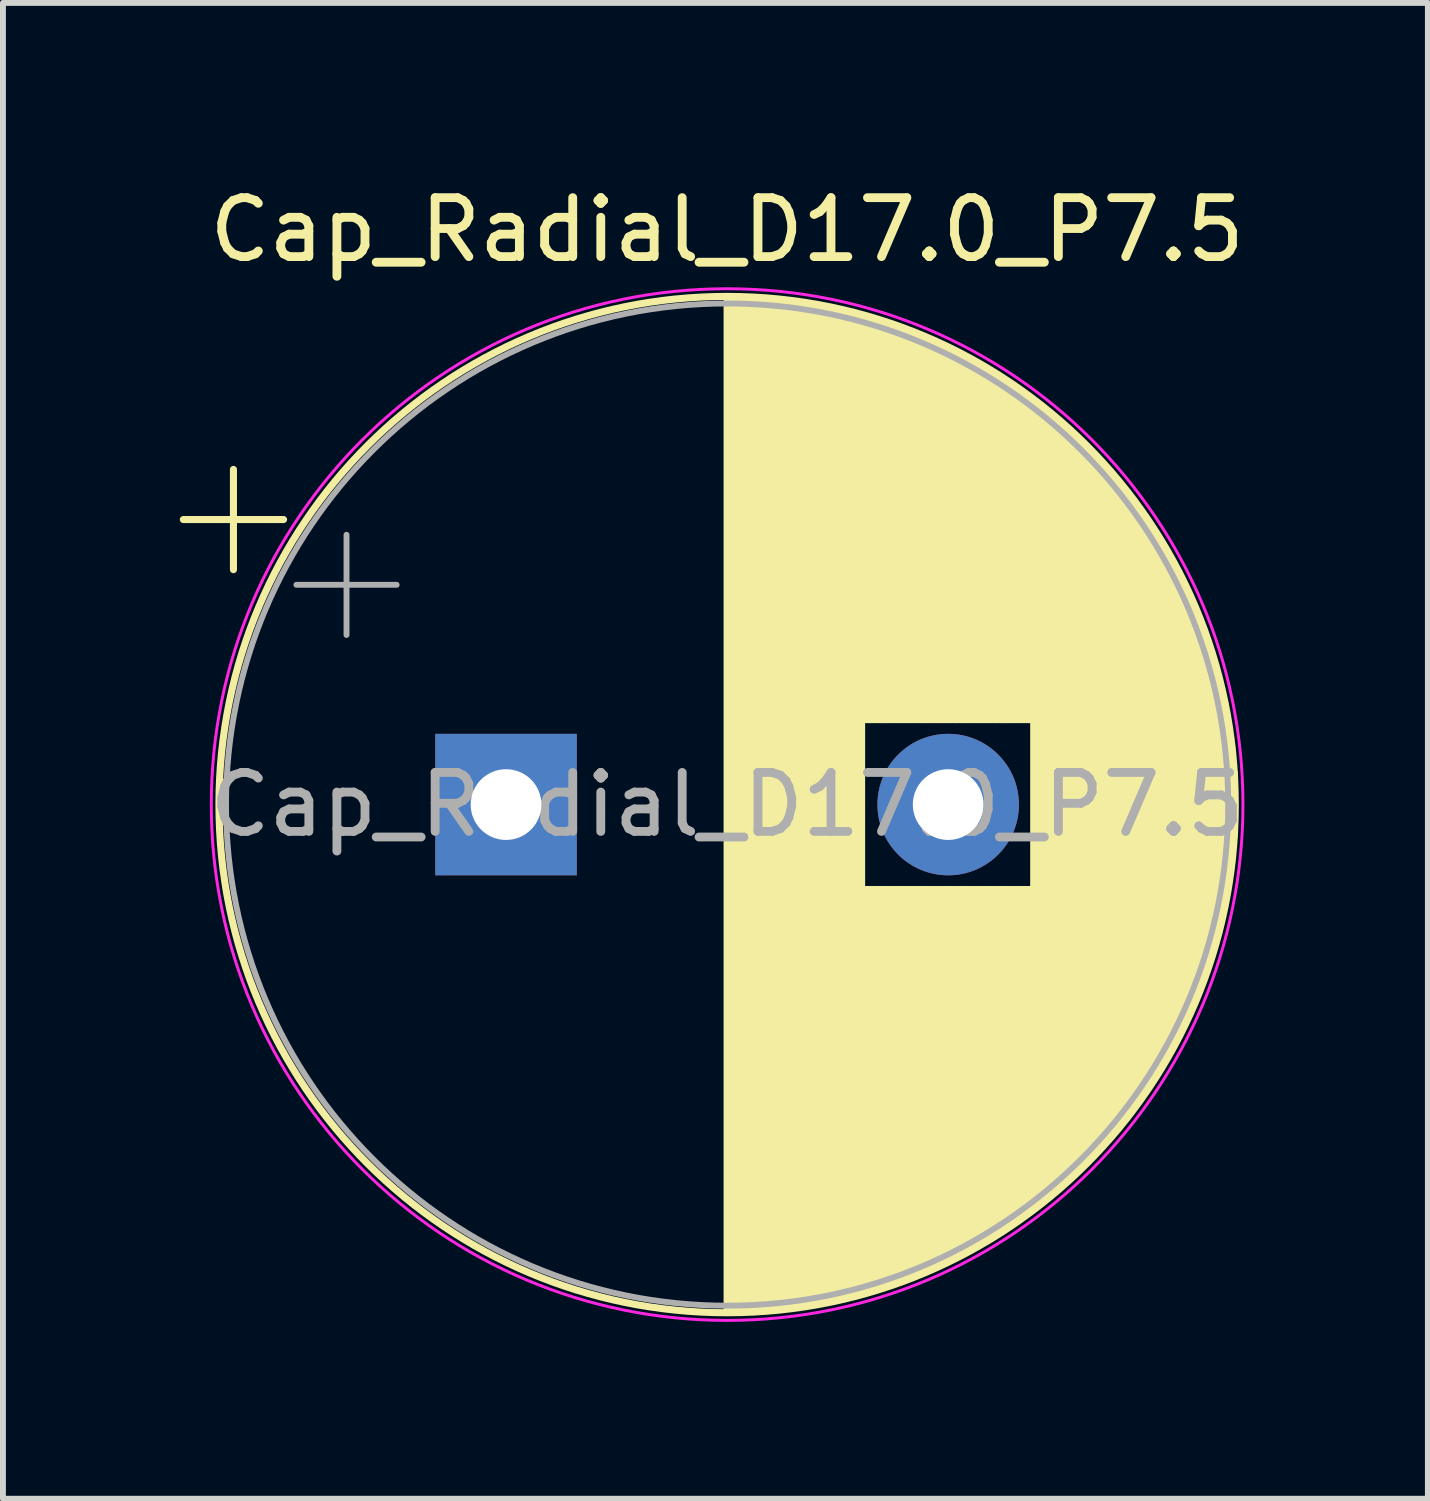
<source format=kicad_pcb>
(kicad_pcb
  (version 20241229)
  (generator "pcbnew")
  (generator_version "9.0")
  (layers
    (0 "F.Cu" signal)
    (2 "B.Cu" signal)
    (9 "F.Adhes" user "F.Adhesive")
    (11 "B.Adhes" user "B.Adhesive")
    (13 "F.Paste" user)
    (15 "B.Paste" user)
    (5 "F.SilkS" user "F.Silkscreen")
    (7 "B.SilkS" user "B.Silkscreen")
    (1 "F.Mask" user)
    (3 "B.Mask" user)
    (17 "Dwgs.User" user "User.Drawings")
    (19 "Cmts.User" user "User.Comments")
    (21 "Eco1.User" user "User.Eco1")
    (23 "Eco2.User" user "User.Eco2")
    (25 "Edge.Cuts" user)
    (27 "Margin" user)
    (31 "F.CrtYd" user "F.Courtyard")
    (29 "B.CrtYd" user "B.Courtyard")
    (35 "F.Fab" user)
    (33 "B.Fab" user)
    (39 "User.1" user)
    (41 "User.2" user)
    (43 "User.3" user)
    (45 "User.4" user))
  (footprint "Cap_Radial_D17.0_P7.5"
    (layer "F.Cu")
    (at 9.284 10.598)
    (property "Reference" "Cap_Radial_D17.0_P7.5" (at 0 -9.75 0) (layer "F.SilkS") (effects (font (size 1 1) (thickness 0.15))))
    (attr through_hole)
    (fp_line (start -9.224 -4.835) (end -7.524 -4.835) (stroke (width 0.12) (type solid)) (layer "F.SilkS"))
    (fp_line (start -8.374 -5.685) (end -8.374 -3.985) (stroke (width 0.12) (type solid)) (layer "F.SilkS"))
    (fp_line (start 0 -8.581) (end 0 8.581) (stroke (width 0.12) (type solid)) (layer "F.SilkS"))
    (fp_line (start 0.04 -8.58) (end 0.04 8.58) (stroke (width 0.12) (type solid)) (layer "F.SilkS"))
    (fp_line (start 0.08 -8.58) (end 0.08 8.58) (stroke (width 0.12) (type solid)) (layer "F.SilkS"))
    (fp_line (start 0.12 -8.58) (end 0.12 8.58) (stroke (width 0.12) (type solid)) (layer "F.SilkS"))
    (fp_line (start 0.16 -8.579) (end 0.16 8.579) (stroke (width 0.12) (type solid)) (layer "F.SilkS"))
    (fp_line (start 0.2 -8.578) (end 0.2 8.578) (stroke (width 0.12) (type solid)) (layer "F.SilkS"))
    (fp_line (start 0.24 -8.577) (end 0.24 8.577) (stroke (width 0.12) (type solid)) (layer "F.SilkS"))
    (fp_line (start 0.28 -8.576) (end 0.28 8.576) (stroke (width 0.12) (type solid)) (layer "F.SilkS"))
    (fp_line (start 0.32 -8.575) (end 0.32 8.575) (stroke (width 0.12) (type solid)) (layer "F.SilkS"))
    (fp_line (start 0.36 -8.573) (end 0.36 8.573) (stroke (width 0.12) (type solid)) (layer "F.SilkS"))
    (fp_line (start 0.4 -8.571) (end 0.4 8.571) (stroke (width 0.12) (type solid)) (layer "F.SilkS"))
    (fp_line (start 0.44 -8.569) (end 0.44 8.569) (stroke (width 0.12) (type solid)) (layer "F.SilkS"))
    (fp_line (start 0.48 -8.567) (end 0.48 8.567) (stroke (width 0.12) (type solid)) (layer "F.SilkS"))
    (fp_line (start 0.52 -8.565) (end 0.52 8.565) (stroke (width 0.12) (type solid)) (layer "F.SilkS"))
    (fp_line (start 0.56 -8.562) (end 0.56 8.562) (stroke (width 0.12) (type solid)) (layer "F.SilkS"))
    (fp_line (start 0.6 -8.56) (end 0.6 8.56) (stroke (width 0.12) (type solid)) (layer "F.SilkS"))
    (fp_line (start 0.64 -8.557) (end 0.64 8.557) (stroke (width 0.12) (type solid)) (layer "F.SilkS"))
    (fp_line (start 0.68 -8.554) (end 0.68 8.554) (stroke (width 0.12) (type solid)) (layer "F.SilkS"))
    (fp_line (start 0.721 -8.55) (end 0.721 8.55) (stroke (width 0.12) (type solid)) (layer "F.SilkS"))
    (fp_line (start 0.761 -8.547) (end 0.761 8.547) (stroke (width 0.12) (type solid)) (layer "F.SilkS"))
    (fp_line (start 0.801 -8.543) (end 0.801 8.543) (stroke (width 0.12) (type solid)) (layer "F.SilkS"))
    (fp_line (start 0.841 -8.539) (end 0.841 8.539) (stroke (width 0.12) (type solid)) (layer "F.SilkS"))
    (fp_line (start 0.881 -8.535) (end 0.881 8.535) (stroke (width 0.12) (type solid)) (layer "F.SilkS"))
    (fp_line (start 0.921 -8.531) (end 0.921 8.531) (stroke (width 0.12) (type solid)) (layer "F.SilkS"))
    (fp_line (start 0.961 -8.527) (end 0.961 8.527) (stroke (width 0.12) (type solid)) (layer "F.SilkS"))
    (fp_line (start 1.001 -8.522) (end 1.001 8.522) (stroke (width 0.12) (type solid)) (layer "F.SilkS"))
    (fp_line (start 1.041 -8.518) (end 1.041 8.518) (stroke (width 0.12) (type solid)) (layer "F.SilkS"))
    (fp_line (start 1.081 -8.513) (end 1.081 8.513) (stroke (width 0.12) (type solid)) (layer "F.SilkS"))
    (fp_line (start 1.121 -8.507) (end 1.121 8.507) (stroke (width 0.12) (type solid)) (layer "F.SilkS"))
    (fp_line (start 1.161 -8.502) (end 1.161 8.502) (stroke (width 0.12) (type solid)) (layer "F.SilkS"))
    (fp_line (start 1.201 -8.497) (end 1.201 8.497) (stroke (width 0.12) (type solid)) (layer "F.SilkS"))
    (fp_line (start 1.241 -8.491) (end 1.241 8.491) (stroke (width 0.12) (type solid)) (layer "F.SilkS"))
    (fp_line (start 1.281 -8.485) (end 1.281 8.485) (stroke (width 0.12) (type solid)) (layer "F.SilkS"))
    (fp_line (start 1.321 -8.479) (end 1.321 8.479) (stroke (width 0.12) (type solid)) (layer "F.SilkS"))
    (fp_line (start 1.361 -8.473) (end 1.361 8.473) (stroke (width 0.12) (type solid)) (layer "F.SilkS"))
    (fp_line (start 1.401 -8.466) (end 1.401 8.466) (stroke (width 0.12) (type solid)) (layer "F.SilkS"))
    (fp_line (start 1.441 -8.459) (end 1.441 8.459) (stroke (width 0.12) (type solid)) (layer "F.SilkS"))
    (fp_line (start 1.481 -8.452) (end 1.481 8.452) (stroke (width 0.12) (type solid)) (layer "F.SilkS"))
    (fp_line (start 1.521 -8.445) (end 1.521 8.445) (stroke (width 0.12) (type solid)) (layer "F.SilkS"))
    (fp_line (start 1.561 -8.438) (end 1.561 8.438) (stroke (width 0.12) (type solid)) (layer "F.SilkS"))
    (fp_line (start 1.601 -8.431) (end 1.601 8.431) (stroke (width 0.12) (type solid)) (layer "F.SilkS"))
    (fp_line (start 1.641 -8.423) (end 1.641 8.423) (stroke (width 0.12) (type solid)) (layer "F.SilkS"))
    (fp_line (start 1.681 -8.415) (end 1.681 8.415) (stroke (width 0.12) (type solid)) (layer "F.SilkS"))
    (fp_line (start 1.721 -8.407) (end 1.721 8.407) (stroke (width 0.12) (type solid)) (layer "F.SilkS"))
    (fp_line (start 1.761 -8.399) (end 1.761 8.399) (stroke (width 0.12) (type solid)) (layer "F.SilkS"))
    (fp_line (start 1.801 -8.39) (end 1.801 8.39) (stroke (width 0.12) (type solid)) (layer "F.SilkS"))
    (fp_line (start 1.841 -8.382) (end 1.841 8.382) (stroke (width 0.12) (type solid)) (layer "F.SilkS"))
    (fp_line (start 1.881 -8.373) (end 1.881 8.373) (stroke (width 0.12) (type solid)) (layer "F.SilkS"))
    (fp_line (start 1.921 -8.364) (end 1.921 8.364) (stroke (width 0.12) (type solid)) (layer "F.SilkS"))
    (fp_line (start 1.961 -8.355) (end 1.961 8.355) (stroke (width 0.12) (type solid)) (layer "F.SilkS"))
    (fp_line (start 2.001 -8.345) (end 2.001 8.345) (stroke (width 0.12) (type solid)) (layer "F.SilkS"))
    (fp_line (start 2.041 -8.336) (end 2.041 8.336) (stroke (width 0.12) (type solid)) (layer "F.SilkS"))
    (fp_line (start 2.081 -8.326) (end 2.081 8.326) (stroke (width 0.12) (type solid)) (layer "F.SilkS"))
    (fp_line (start 2.121 -8.316) (end 2.121 8.316) (stroke (width 0.12) (type solid)) (layer "F.SilkS"))
    (fp_line (start 2.161 -8.305) (end 2.161 8.305) (stroke (width 0.12) (type solid)) (layer "F.SilkS"))
    (fp_line (start 2.201 -8.295) (end 2.201 8.295) (stroke (width 0.12) (type solid)) (layer "F.SilkS"))
    (fp_line (start 2.241 -8.284) (end 2.241 8.284) (stroke (width 0.12) (type solid)) (layer "F.SilkS"))
    (fp_line (start 2.281 -8.274) (end 2.281 8.274) (stroke (width 0.12) (type solid)) (layer "F.SilkS"))
    (fp_line (start 2.321 -8.262) (end 2.321 -1.44) (stroke (width 0.12) (type solid)) (layer "F.SilkS"))
    (fp_line (start 2.321 1.44) (end 2.321 8.262) (stroke (width 0.12) (type solid)) (layer "F.SilkS"))
    (fp_line (start 2.361 -8.251) (end 2.361 -1.44) (stroke (width 0.12) (type solid)) (layer "F.SilkS"))
    (fp_line (start 2.361 1.44) (end 2.361 8.251) (stroke (width 0.12) (type solid)) (layer "F.SilkS"))
    (fp_line (start 2.401 -8.24) (end 2.401 -1.44) (stroke (width 0.12) (type solid)) (layer "F.SilkS"))
    (fp_line (start 2.401 1.44) (end 2.401 8.24) (stroke (width 0.12) (type solid)) (layer "F.SilkS"))
    (fp_line (start 2.441 -8.228) (end 2.441 -1.44) (stroke (width 0.12) (type solid)) (layer "F.SilkS"))
    (fp_line (start 2.441 1.44) (end 2.441 8.228) (stroke (width 0.12) (type solid)) (layer "F.SilkS"))
    (fp_line (start 2.481 -8.216) (end 2.481 -1.44) (stroke (width 0.12) (type solid)) (layer "F.SilkS"))
    (fp_line (start 2.481 1.44) (end 2.481 8.216) (stroke (width 0.12) (type solid)) (layer "F.SilkS"))
    (fp_line (start 2.521 -8.204) (end 2.521 -1.44) (stroke (width 0.12) (type solid)) (layer "F.SilkS"))
    (fp_line (start 2.521 1.44) (end 2.521 8.204) (stroke (width 0.12) (type solid)) (layer "F.SilkS"))
    (fp_line (start 2.561 -8.192) (end 2.561 -1.44) (stroke (width 0.12) (type solid)) (layer "F.SilkS"))
    (fp_line (start 2.561 1.44) (end 2.561 8.192) (stroke (width 0.12) (type solid)) (layer "F.SilkS"))
    (fp_line (start 2.601 -8.179) (end 2.601 -1.44) (stroke (width 0.12) (type solid)) (layer "F.SilkS"))
    (fp_line (start 2.601 1.44) (end 2.601 8.179) (stroke (width 0.12) (type solid)) (layer "F.SilkS"))
    (fp_line (start 2.641 -8.166) (end 2.641 -1.44) (stroke (width 0.12) (type solid)) (layer "F.SilkS"))
    (fp_line (start 2.641 1.44) (end 2.641 8.166) (stroke (width 0.12) (type solid)) (layer "F.SilkS"))
    (fp_line (start 2.681 -8.153) (end 2.681 -1.44) (stroke (width 0.12) (type solid)) (layer "F.SilkS"))
    (fp_line (start 2.681 1.44) (end 2.681 8.153) (stroke (width 0.12) (type solid)) (layer "F.SilkS"))
    (fp_line (start 2.721 -8.14) (end 2.721 -1.44) (stroke (width 0.12) (type solid)) (layer "F.SilkS"))
    (fp_line (start 2.721 1.44) (end 2.721 8.14) (stroke (width 0.12) (type solid)) (layer "F.SilkS"))
    (fp_line (start 2.761 -8.127) (end 2.761 -1.44) (stroke (width 0.12) (type solid)) (layer "F.SilkS"))
    (fp_line (start 2.761 1.44) (end 2.761 8.127) (stroke (width 0.12) (type solid)) (layer "F.SilkS"))
    (fp_line (start 2.801 -8.113) (end 2.801 -1.44) (stroke (width 0.12) (type solid)) (layer "F.SilkS"))
    (fp_line (start 2.801 1.44) (end 2.801 8.113) (stroke (width 0.12) (type solid)) (layer "F.SilkS"))
    (fp_line (start 2.841 -8.099) (end 2.841 -1.44) (stroke (width 0.12) (type solid)) (layer "F.SilkS"))
    (fp_line (start 2.841 1.44) (end 2.841 8.099) (stroke (width 0.12) (type solid)) (layer "F.SilkS"))
    (fp_line (start 2.881 -8.085) (end 2.881 -1.44) (stroke (width 0.12) (type solid)) (layer "F.SilkS"))
    (fp_line (start 2.881 1.44) (end 2.881 8.085) (stroke (width 0.12) (type solid)) (layer "F.SilkS"))
    (fp_line (start 2.921 -8.071) (end 2.921 -1.44) (stroke (width 0.12) (type solid)) (layer "F.SilkS"))
    (fp_line (start 2.921 1.44) (end 2.921 8.071) (stroke (width 0.12) (type solid)) (layer "F.SilkS"))
    (fp_line (start 2.961 -8.056) (end 2.961 -1.44) (stroke (width 0.12) (type solid)) (layer "F.SilkS"))
    (fp_line (start 2.961 1.44) (end 2.961 8.056) (stroke (width 0.12) (type solid)) (layer "F.SilkS"))
    (fp_line (start 3.001 -8.042) (end 3.001 -1.44) (stroke (width 0.12) (type solid)) (layer "F.SilkS"))
    (fp_line (start 3.001 1.44) (end 3.001 8.042) (stroke (width 0.12) (type solid)) (layer "F.SilkS"))
    (fp_line (start 3.041 -8.027) (end 3.041 -1.44) (stroke (width 0.12) (type solid)) (layer "F.SilkS"))
    (fp_line (start 3.041 1.44) (end 3.041 8.027) (stroke (width 0.12) (type solid)) (layer "F.SilkS"))
    (fp_line (start 3.081 -8.011) (end 3.081 -1.44) (stroke (width 0.12) (type solid)) (layer "F.SilkS"))
    (fp_line (start 3.081 1.44) (end 3.081 8.011) (stroke (width 0.12) (type solid)) (layer "F.SilkS"))
    (fp_line (start 3.121 -7.996) (end 3.121 -1.44) (stroke (width 0.12) (type solid)) (layer "F.SilkS"))
    (fp_line (start 3.121 1.44) (end 3.121 7.996) (stroke (width 0.12) (type solid)) (layer "F.SilkS"))
    (fp_line (start 3.161 -7.98) (end 3.161 -1.44) (stroke (width 0.12) (type solid)) (layer "F.SilkS"))
    (fp_line (start 3.161 1.44) (end 3.161 7.98) (stroke (width 0.12) (type solid)) (layer "F.SilkS"))
    (fp_line (start 3.201 -7.965) (end 3.201 -1.44) (stroke (width 0.12) (type solid)) (layer "F.SilkS"))
    (fp_line (start 3.201 1.44) (end 3.201 7.965) (stroke (width 0.12) (type solid)) (layer "F.SilkS"))
    (fp_line (start 3.241 -7.948) (end 3.241 -1.44) (stroke (width 0.12) (type solid)) (layer "F.SilkS"))
    (fp_line (start 3.241 1.44) (end 3.241 7.948) (stroke (width 0.12) (type solid)) (layer "F.SilkS"))
    (fp_line (start 3.281 -7.932) (end 3.281 -1.44) (stroke (width 0.12) (type solid)) (layer "F.SilkS"))
    (fp_line (start 3.281 1.44) (end 3.281 7.932) (stroke (width 0.12) (type solid)) (layer "F.SilkS"))
    (fp_line (start 3.321 -7.915) (end 3.321 -1.44) (stroke (width 0.12) (type solid)) (layer "F.SilkS"))
    (fp_line (start 3.321 1.44) (end 3.321 7.915) (stroke (width 0.12) (type solid)) (layer "F.SilkS"))
    (fp_line (start 3.361 -7.899) (end 3.361 -1.44) (stroke (width 0.12) (type solid)) (layer "F.SilkS"))
    (fp_line (start 3.361 1.44) (end 3.361 7.899) (stroke (width 0.12) (type solid)) (layer "F.SilkS"))
    (fp_line (start 3.401 -7.882) (end 3.401 -1.44) (stroke (width 0.12) (type solid)) (layer "F.SilkS"))
    (fp_line (start 3.401 1.44) (end 3.401 7.882) (stroke (width 0.12) (type solid)) (layer "F.SilkS"))
    (fp_line (start 3.441 -7.864) (end 3.441 -1.44) (stroke (width 0.12) (type solid)) (layer "F.SilkS"))
    (fp_line (start 3.441 1.44) (end 3.441 7.864) (stroke (width 0.12) (type solid)) (layer "F.SilkS"))
    (fp_line (start 3.481 -7.847) (end 3.481 -1.44) (stroke (width 0.12) (type solid)) (layer "F.SilkS"))
    (fp_line (start 3.481 1.44) (end 3.481 7.847) (stroke (width 0.12) (type solid)) (layer "F.SilkS"))
    (fp_line (start 3.521 -7.829) (end 3.521 -1.44) (stroke (width 0.12) (type solid)) (layer "F.SilkS"))
    (fp_line (start 3.521 1.44) (end 3.521 7.829) (stroke (width 0.12) (type solid)) (layer "F.SilkS"))
    (fp_line (start 3.561 -7.811) (end 3.561 -1.44) (stroke (width 0.12) (type solid)) (layer "F.SilkS"))
    (fp_line (start 3.561 1.44) (end 3.561 7.811) (stroke (width 0.12) (type solid)) (layer "F.SilkS"))
    (fp_line (start 3.601 -7.793) (end 3.601 -1.44) (stroke (width 0.12) (type solid)) (layer "F.SilkS"))
    (fp_line (start 3.601 1.44) (end 3.601 7.793) (stroke (width 0.12) (type solid)) (layer "F.SilkS"))
    (fp_line (start 3.641 -7.774) (end 3.641 -1.44) (stroke (width 0.12) (type solid)) (layer "F.SilkS"))
    (fp_line (start 3.641 1.44) (end 3.641 7.774) (stroke (width 0.12) (type solid)) (layer "F.SilkS"))
    (fp_line (start 3.681 -7.755) (end 3.681 -1.44) (stroke (width 0.12) (type solid)) (layer "F.SilkS"))
    (fp_line (start 3.681 1.44) (end 3.681 7.755) (stroke (width 0.12) (type solid)) (layer "F.SilkS"))
    (fp_line (start 3.721 -7.736) (end 3.721 -1.44) (stroke (width 0.12) (type solid)) (layer "F.SilkS"))
    (fp_line (start 3.721 1.44) (end 3.721 7.736) (stroke (width 0.12) (type solid)) (layer "F.SilkS"))
    (fp_line (start 3.761 -7.717) (end 3.761 -1.44) (stroke (width 0.12) (type solid)) (layer "F.SilkS"))
    (fp_line (start 3.761 1.44) (end 3.761 7.717) (stroke (width 0.12) (type solid)) (layer "F.SilkS"))
    (fp_line (start 3.801 -7.698) (end 3.801 -1.44) (stroke (width 0.12) (type solid)) (layer "F.SilkS"))
    (fp_line (start 3.801 1.44) (end 3.801 7.698) (stroke (width 0.12) (type solid)) (layer "F.SilkS"))
    (fp_line (start 3.841 -7.678) (end 3.841 -1.44) (stroke (width 0.12) (type solid)) (layer "F.SilkS"))
    (fp_line (start 3.841 1.44) (end 3.841 7.678) (stroke (width 0.12) (type solid)) (layer "F.SilkS"))
    (fp_line (start 3.881 -7.658) (end 3.881 -1.44) (stroke (width 0.12) (type solid)) (layer "F.SilkS"))
    (fp_line (start 3.881 1.44) (end 3.881 7.658) (stroke (width 0.12) (type solid)) (layer "F.SilkS"))
    (fp_line (start 3.921 -7.638) (end 3.921 -1.44) (stroke (width 0.12) (type solid)) (layer "F.SilkS"))
    (fp_line (start 3.921 1.44) (end 3.921 7.638) (stroke (width 0.12) (type solid)) (layer "F.SilkS"))
    (fp_line (start 3.961 -7.617) (end 3.961 -1.44) (stroke (width 0.12) (type solid)) (layer "F.SilkS"))
    (fp_line (start 3.961 1.44) (end 3.961 7.617) (stroke (width 0.12) (type solid)) (layer "F.SilkS"))
    (fp_line (start 4.001 -7.596) (end 4.001 -1.44) (stroke (width 0.12) (type solid)) (layer "F.SilkS"))
    (fp_line (start 4.001 1.44) (end 4.001 7.596) (stroke (width 0.12) (type solid)) (layer "F.SilkS"))
    (fp_line (start 4.041 -7.575) (end 4.041 -1.44) (stroke (width 0.12) (type solid)) (layer "F.SilkS"))
    (fp_line (start 4.041 1.44) (end 4.041 7.575) (stroke (width 0.12) (type solid)) (layer "F.SilkS"))
    (fp_line (start 4.081 -7.554) (end 4.081 -1.44) (stroke (width 0.12) (type solid)) (layer "F.SilkS"))
    (fp_line (start 4.081 1.44) (end 4.081 7.554) (stroke (width 0.12) (type solid)) (layer "F.SilkS"))
    (fp_line (start 4.121 -7.532) (end 4.121 -1.44) (stroke (width 0.12) (type solid)) (layer "F.SilkS"))
    (fp_line (start 4.121 1.44) (end 4.121 7.532) (stroke (width 0.12) (type solid)) (layer "F.SilkS"))
    (fp_line (start 4.161 -7.51) (end 4.161 -1.44) (stroke (width 0.12) (type solid)) (layer "F.SilkS"))
    (fp_line (start 4.161 1.44) (end 4.161 7.51) (stroke (width 0.12) (type solid)) (layer "F.SilkS"))
    (fp_line (start 4.201 -7.488) (end 4.201 -1.44) (stroke (width 0.12) (type solid)) (layer "F.SilkS"))
    (fp_line (start 4.201 1.44) (end 4.201 7.488) (stroke (width 0.12) (type solid)) (layer "F.SilkS"))
    (fp_line (start 4.241 -7.466) (end 4.241 -1.44) (stroke (width 0.12) (type solid)) (layer "F.SilkS"))
    (fp_line (start 4.241 1.44) (end 4.241 7.466) (stroke (width 0.12) (type solid)) (layer "F.SilkS"))
    (fp_line (start 4.281 -7.443) (end 4.281 -1.44) (stroke (width 0.12) (type solid)) (layer "F.SilkS"))
    (fp_line (start 4.281 1.44) (end 4.281 7.443) (stroke (width 0.12) (type solid)) (layer "F.SilkS"))
    (fp_line (start 4.321 -7.42) (end 4.321 -1.44) (stroke (width 0.12) (type solid)) (layer "F.SilkS"))
    (fp_line (start 4.321 1.44) (end 4.321 7.42) (stroke (width 0.12) (type solid)) (layer "F.SilkS"))
    (fp_line (start 4.361 -7.397) (end 4.361 -1.44) (stroke (width 0.12) (type solid)) (layer "F.SilkS"))
    (fp_line (start 4.361 1.44) (end 4.361 7.397) (stroke (width 0.12) (type solid)) (layer "F.SilkS"))
    (fp_line (start 4.401 -7.373) (end 4.401 -1.44) (stroke (width 0.12) (type solid)) (layer "F.SilkS"))
    (fp_line (start 4.401 1.44) (end 4.401 7.373) (stroke (width 0.12) (type solid)) (layer "F.SilkS"))
    (fp_line (start 4.441 -7.349) (end 4.441 -1.44) (stroke (width 0.12) (type solid)) (layer "F.SilkS"))
    (fp_line (start 4.441 1.44) (end 4.441 7.349) (stroke (width 0.12) (type solid)) (layer "F.SilkS"))
    (fp_line (start 4.481 -7.325) (end 4.481 -1.44) (stroke (width 0.12) (type solid)) (layer "F.SilkS"))
    (fp_line (start 4.481 1.44) (end 4.481 7.325) (stroke (width 0.12) (type solid)) (layer "F.SilkS"))
    (fp_line (start 4.521 -7.3) (end 4.521 -1.44) (stroke (width 0.12) (type solid)) (layer "F.SilkS"))
    (fp_line (start 4.521 1.44) (end 4.521 7.3) (stroke (width 0.12) (type solid)) (layer "F.SilkS"))
    (fp_line (start 4.561 -7.276) (end 4.561 -1.44) (stroke (width 0.12) (type solid)) (layer "F.SilkS"))
    (fp_line (start 4.561 1.44) (end 4.561 7.276) (stroke (width 0.12) (type solid)) (layer "F.SilkS"))
    (fp_line (start 4.601 -7.251) (end 4.601 -1.44) (stroke (width 0.12) (type solid)) (layer "F.SilkS"))
    (fp_line (start 4.601 1.44) (end 4.601 7.251) (stroke (width 0.12) (type solid)) (layer "F.SilkS"))
    (fp_line (start 4.641 -7.225) (end 4.641 -1.44) (stroke (width 0.12) (type solid)) (layer "F.SilkS"))
    (fp_line (start 4.641 1.44) (end 4.641 7.225) (stroke (width 0.12) (type solid)) (layer "F.SilkS"))
    (fp_line (start 4.681 -7.199) (end 4.681 -1.44) (stroke (width 0.12) (type solid)) (layer "F.SilkS"))
    (fp_line (start 4.681 1.44) (end 4.681 7.199) (stroke (width 0.12) (type solid)) (layer "F.SilkS"))
    (fp_line (start 4.721 -7.173) (end 4.721 -1.44) (stroke (width 0.12) (type solid)) (layer "F.SilkS"))
    (fp_line (start 4.721 1.44) (end 4.721 7.173) (stroke (width 0.12) (type solid)) (layer "F.SilkS"))
    (fp_line (start 4.761 -7.147) (end 4.761 -1.44) (stroke (width 0.12) (type solid)) (layer "F.SilkS"))
    (fp_line (start 4.761 1.44) (end 4.761 7.147) (stroke (width 0.12) (type solid)) (layer "F.SilkS"))
    (fp_line (start 4.801 -7.12) (end 4.801 -1.44) (stroke (width 0.12) (type solid)) (layer "F.SilkS"))
    (fp_line (start 4.801 1.44) (end 4.801 7.12) (stroke (width 0.12) (type solid)) (layer "F.SilkS"))
    (fp_line (start 4.841 -7.093) (end 4.841 -1.44) (stroke (width 0.12) (type solid)) (layer "F.SilkS"))
    (fp_line (start 4.841 1.44) (end 4.841 7.093) (stroke (width 0.12) (type solid)) (layer "F.SilkS"))
    (fp_line (start 4.881 -7.066) (end 4.881 -1.44) (stroke (width 0.12) (type solid)) (layer "F.SilkS"))
    (fp_line (start 4.881 1.44) (end 4.881 7.066) (stroke (width 0.12) (type solid)) (layer "F.SilkS"))
    (fp_line (start 4.921 -7.038) (end 4.921 -1.44) (stroke (width 0.12) (type solid)) (layer "F.SilkS"))
    (fp_line (start 4.921 1.44) (end 4.921 7.038) (stroke (width 0.12) (type solid)) (layer "F.SilkS"))
    (fp_line (start 4.961 -7.011) (end 4.961 -1.44) (stroke (width 0.12) (type solid)) (layer "F.SilkS"))
    (fp_line (start 4.961 1.44) (end 4.961 7.011) (stroke (width 0.12) (type solid)) (layer "F.SilkS"))
    (fp_line (start 5.001 -6.982) (end 5.001 -1.44) (stroke (width 0.12) (type solid)) (layer "F.SilkS"))
    (fp_line (start 5.001 1.44) (end 5.001 6.982) (stroke (width 0.12) (type solid)) (layer "F.SilkS"))
    (fp_line (start 5.041 -6.954) (end 5.041 -1.44) (stroke (width 0.12) (type solid)) (layer "F.SilkS"))
    (fp_line (start 5.041 1.44) (end 5.041 6.954) (stroke (width 0.12) (type solid)) (layer "F.SilkS"))
    (fp_line (start 5.081 -6.925) (end 5.081 -1.44) (stroke (width 0.12) (type solid)) (layer "F.SilkS"))
    (fp_line (start 5.081 1.44) (end 5.081 6.925) (stroke (width 0.12) (type solid)) (layer "F.SilkS"))
    (fp_line (start 5.121 -6.895) (end 5.121 -1.44) (stroke (width 0.12) (type solid)) (layer "F.SilkS"))
    (fp_line (start 5.121 1.44) (end 5.121 6.895) (stroke (width 0.12) (type solid)) (layer "F.SilkS"))
    (fp_line (start 5.161 -6.865) (end 5.161 -1.44) (stroke (width 0.12) (type solid)) (layer "F.SilkS"))
    (fp_line (start 5.161 1.44) (end 5.161 6.865) (stroke (width 0.12) (type solid)) (layer "F.SilkS"))
    (fp_line (start 5.201 -6.835) (end 5.201 6.835) (stroke (width 0.12) (type solid)) (layer "F.SilkS"))
    (fp_line (start 5.241 -6.805) (end 5.241 6.805) (stroke (width 0.12) (type solid)) (layer "F.SilkS"))
    (fp_line (start 5.281 -6.774) (end 5.281 6.774) (stroke (width 0.12) (type solid)) (layer "F.SilkS"))
    (fp_line (start 5.321 -6.743) (end 5.321 6.743) (stroke (width 0.12) (type solid)) (layer "F.SilkS"))
    (fp_line (start 5.361 -6.711) (end 5.361 6.711) (stroke (width 0.12) (type solid)) (layer "F.SilkS"))
    (fp_line (start 5.401 -6.679) (end 5.401 6.679) (stroke (width 0.12) (type solid)) (layer "F.SilkS"))
    (fp_line (start 5.441 -6.647) (end 5.441 6.647) (stroke (width 0.12) (type solid)) (layer "F.SilkS"))
    (fp_line (start 5.481 -6.614) (end 5.481 6.614) (stroke (width 0.12) (type solid)) (layer "F.SilkS"))
    (fp_line (start 5.521 -6.581) (end 5.521 6.581) (stroke (width 0.12) (type solid)) (layer "F.SilkS"))
    (fp_line (start 5.561 -6.548) (end 5.561 6.548) (stroke (width 0.12) (type solid)) (layer "F.SilkS"))
    (fp_line (start 5.601 -6.514) (end 5.601 6.514) (stroke (width 0.12) (type solid)) (layer "F.SilkS"))
    (fp_line (start 5.641 -6.479) (end 5.641 6.479) (stroke (width 0.12) (type solid)) (layer "F.SilkS"))
    (fp_line (start 5.681 -6.444) (end 5.681 6.444) (stroke (width 0.12) (type solid)) (layer "F.SilkS"))
    (fp_line (start 5.721 -6.409) (end 5.721 6.409) (stroke (width 0.12) (type solid)) (layer "F.SilkS"))
    (fp_line (start 5.761 -6.374) (end 5.761 6.374) (stroke (width 0.12) (type solid)) (layer "F.SilkS"))
    (fp_line (start 5.801 -6.337) (end 5.801 6.337) (stroke (width 0.12) (type solid)) (layer "F.SilkS"))
    (fp_line (start 5.841 -6.301) (end 5.841 6.301) (stroke (width 0.12) (type solid)) (layer "F.SilkS"))
    (fp_line (start 5.881 -6.264) (end 5.881 6.264) (stroke (width 0.12) (type solid)) (layer "F.SilkS"))
    (fp_line (start 5.921 -6.226) (end 5.921 6.226) (stroke (width 0.12) (type solid)) (layer "F.SilkS"))
    (fp_line (start 5.961 -6.188) (end 5.961 6.188) (stroke (width 0.12) (type solid)) (layer "F.SilkS"))
    (fp_line (start 6.001 -6.15) (end 6.001 6.15) (stroke (width 0.12) (type solid)) (layer "F.SilkS"))
    (fp_line (start 6.041 -6.111) (end 6.041 6.111) (stroke (width 0.12) (type solid)) (layer "F.SilkS"))
    (fp_line (start 6.081 -6.071) (end 6.081 6.071) (stroke (width 0.12) (type solid)) (layer "F.SilkS"))
    (fp_line (start 6.121 -6.031) (end 6.121 6.031) (stroke (width 0.12) (type solid)) (layer "F.SilkS"))
    (fp_line (start 6.161 -5.99) (end 6.161 5.99) (stroke (width 0.12) (type solid)) (layer "F.SilkS"))
    (fp_line (start 6.201 -5.949) (end 6.201 5.949) (stroke (width 0.12) (type solid)) (layer "F.SilkS"))
    (fp_line (start 6.241 -5.907) (end 6.241 5.907) (stroke (width 0.12) (type solid)) (layer "F.SilkS"))
    (fp_line (start 6.281 -5.865) (end 6.281 5.865) (stroke (width 0.12) (type solid)) (layer "F.SilkS"))
    (fp_line (start 6.321 -5.822) (end 6.321 5.822) (stroke (width 0.12) (type solid)) (layer "F.SilkS"))
    (fp_line (start 6.361 -5.779) (end 6.361 5.779) (stroke (width 0.12) (type solid)) (layer "F.SilkS"))
    (fp_line (start 6.401 -5.735) (end 6.401 5.735) (stroke (width 0.12) (type solid)) (layer "F.SilkS"))
    (fp_line (start 6.441 -5.69) (end 6.441 5.69) (stroke (width 0.12) (type solid)) (layer "F.SilkS"))
    (fp_line (start 6.481 -5.645) (end 6.481 5.645) (stroke (width 0.12) (type solid)) (layer "F.SilkS"))
    (fp_line (start 6.521 -5.599) (end 6.521 5.599) (stroke (width 0.12) (type solid)) (layer "F.SilkS"))
    (fp_line (start 6.561 -5.553) (end 6.561 5.553) (stroke (width 0.12) (type solid)) (layer "F.SilkS"))
    (fp_line (start 6.601 -5.505) (end 6.601 5.505) (stroke (width 0.12) (type solid)) (layer "F.SilkS"))
    (fp_line (start 6.641 -5.457) (end 6.641 5.457) (stroke (width 0.12) (type solid)) (layer "F.SilkS"))
    (fp_line (start 6.681 -5.409) (end 6.681 5.409) (stroke (width 0.12) (type solid)) (layer "F.SilkS"))
    (fp_line (start 6.721 -5.359) (end 6.721 5.359) (stroke (width 0.12) (type solid)) (layer "F.SilkS"))
    (fp_line (start 6.761 -5.309) (end 6.761 5.309) (stroke (width 0.12) (type solid)) (layer "F.SilkS"))
    (fp_line (start 6.801 -5.258) (end 6.801 5.258) (stroke (width 0.12) (type solid)) (layer "F.SilkS"))
    (fp_line (start 6.841 -5.206) (end 6.841 5.206) (stroke (width 0.12) (type solid)) (layer "F.SilkS"))
    (fp_line (start 6.881 -5.154) (end 6.881 5.154) (stroke (width 0.12) (type solid)) (layer "F.SilkS"))
    (fp_line (start 6.921 -5.1) (end 6.921 5.1) (stroke (width 0.12) (type solid)) (layer "F.SilkS"))
    (fp_line (start 6.961 -5.046) (end 6.961 5.046) (stroke (width 0.12) (type solid)) (layer "F.SilkS"))
    (fp_line (start 7.001 -4.991) (end 7.001 4.991) (stroke (width 0.12) (type solid)) (layer "F.SilkS"))
    (fp_line (start 7.041 -4.935) (end 7.041 4.935) (stroke (width 0.12) (type solid)) (layer "F.SilkS"))
    (fp_line (start 7.081 -4.878) (end 7.081 4.878) (stroke (width 0.12) (type solid)) (layer "F.SilkS"))
    (fp_line (start 7.121 -4.82) (end 7.121 4.82) (stroke (width 0.12) (type solid)) (layer "F.SilkS"))
    (fp_line (start 7.161 -4.76) (end 7.161 4.76) (stroke (width 0.12) (type solid)) (layer "F.SilkS"))
    (fp_line (start 7.201 -4.7) (end 7.201 4.7) (stroke (width 0.12) (type solid)) (layer "F.SilkS"))
    (fp_line (start 7.241 -4.639) (end 7.241 4.639) (stroke (width 0.12) (type solid)) (layer "F.SilkS"))
    (fp_line (start 7.281 -4.576) (end 7.281 4.576) (stroke (width 0.12) (type solid)) (layer "F.SilkS"))
    (fp_line (start 7.321 -4.513) (end 7.321 4.513) (stroke (width 0.12) (type solid)) (layer "F.SilkS"))
    (fp_line (start 7.361 -4.448) (end 7.361 4.448) (stroke (width 0.12) (type solid)) (layer "F.SilkS"))
    (fp_line (start 7.401 -4.381) (end 7.401 4.381) (stroke (width 0.12) (type solid)) (layer "F.SilkS"))
    (fp_line (start 7.441 -4.314) (end 7.441 4.314) (stroke (width 0.12) (type solid)) (layer "F.SilkS"))
    (fp_line (start 7.481 -4.245) (end 7.481 4.245) (stroke (width 0.12) (type solid)) (layer "F.SilkS"))
    (fp_line (start 7.521 -4.174) (end 7.521 4.174) (stroke (width 0.12) (type solid)) (layer "F.SilkS"))
    (fp_line (start 7.561 -4.102) (end 7.561 4.102) (stroke (width 0.12) (type solid)) (layer "F.SilkS"))
    (fp_line (start 7.601 -4.028) (end 7.601 4.028) (stroke (width 0.12) (type solid)) (layer "F.SilkS"))
    (fp_line (start 7.641 -3.952) (end 7.641 3.952) (stroke (width 0.12) (type solid)) (layer "F.SilkS"))
    (fp_line (start 7.681 -3.875) (end 7.681 3.875) (stroke (width 0.12) (type solid)) (layer "F.SilkS"))
    (fp_line (start 7.721 -3.795) (end 7.721 3.795) (stroke (width 0.12) (type solid)) (layer "F.SilkS"))
    (fp_line (start 7.761 -3.714) (end 7.761 3.714) (stroke (width 0.12) (type solid)) (layer "F.SilkS"))
    (fp_line (start 7.801 -3.63) (end 7.801 3.63) (stroke (width 0.12) (type solid)) (layer "F.SilkS"))
    (fp_line (start 7.841 -3.544) (end 7.841 3.544) (stroke (width 0.12) (type solid)) (layer "F.SilkS"))
    (fp_line (start 7.881 -3.455) (end 7.881 3.455) (stroke (width 0.12) (type solid)) (layer "F.SilkS"))
    (fp_line (start 7.921 -3.363) (end 7.921 3.363) (stroke (width 0.12) (type solid)) (layer "F.SilkS"))
    (fp_line (start 7.961 -3.268) (end 7.961 3.268) (stroke (width 0.12) (type solid)) (layer "F.SilkS"))
    (fp_line (start 8.001 -3.171) (end 8.001 3.171) (stroke (width 0.12) (type solid)) (layer "F.SilkS"))
    (fp_line (start 8.041 -3.069) (end 8.041 3.069) (stroke (width 0.12) (type solid)) (layer "F.SilkS"))
    (fp_line (start 8.081 -2.963) (end 8.081 2.963) (stroke (width 0.12) (type solid)) (layer "F.SilkS"))
    (fp_line (start 8.121 -2.854) (end 8.121 2.854) (stroke (width 0.12) (type solid)) (layer "F.SilkS"))
    (fp_line (start 8.161 -2.739) (end 8.161 2.739) (stroke (width 0.12) (type solid)) (layer "F.SilkS"))
    (fp_line (start 8.2 -2.618) (end 8.2 2.618) (stroke (width 0.12) (type solid)) (layer "F.SilkS"))
    (fp_line (start 8.24 -2.492) (end 8.24 2.492) (stroke (width 0.12) (type solid)) (layer "F.SilkS"))
    (fp_line (start 8.28 -2.358) (end 8.28 2.358) (stroke (width 0.12) (type solid)) (layer "F.SilkS"))
    (fp_line (start 8.32 -2.215) (end 8.32 2.215) (stroke (width 0.12) (type solid)) (layer "F.SilkS"))
    (fp_line (start 8.36 -2.062) (end 8.36 2.062) (stroke (width 0.12) (type solid)) (layer "F.SilkS"))
    (fp_line (start 8.4 -1.896) (end 8.4 1.896) (stroke (width 0.12) (type solid)) (layer "F.SilkS"))
    (fp_line (start 8.44 -1.713) (end 8.44 1.713) (stroke (width 0.12) (type solid)) (layer "F.SilkS"))
    (fp_line (start 8.48 -1.508) (end 8.48 1.508) (stroke (width 0.12) (type solid)) (layer "F.SilkS"))
    (fp_line (start 8.52 -1.27) (end 8.52 1.27) (stroke (width 0.12) (type solid)) (layer "F.SilkS"))
    (fp_line (start 8.56 -0.976) (end 8.56 0.976) (stroke (width 0.12) (type solid)) (layer "F.SilkS"))
    (fp_line (start 8.6 -0.547) (end 8.6 0.547) (stroke (width 0.12) (type solid)) (layer "F.SilkS"))
    (fp_circle (center 0 0) (end 8.62 0) (stroke (width 0.12) (type solid)) (fill no) (layer "F.SilkS"))
    (fp_circle (center 0 0) (end 8.75 0) (stroke (width 0.05) (type solid)) (fill no) (layer "F.CrtYd"))
    (fp_line (start -7.306 -3.728) (end -5.606 -3.728) (stroke (width 0.1) (type solid)) (layer "F.Fab"))
    (fp_line (start -6.456 -4.577) (end -6.456 -2.877) (stroke (width 0.1) (type solid)) (layer "F.Fab"))
    (fp_circle (center 0 0) (end 8.5 0) (stroke (width 0.1) (type solid)) (fill no) (layer "F.Fab"))
    (fp_text user "${REFERENCE}" (at 0 0 0) (layer "F.Fab") (effects (font (size 1 1) (thickness 0.15))))
    (pad "1" thru_hole rect (at -3.75 0) (size 2.4 2.4) (drill 1.2) (layers "*.Cu" "*.Mask"))
    (pad "2" thru_hole circle (at 3.75 0) (size 2.4 2.4) (drill 1.2) (layers "*.Cu" "*.Mask")))
  (gr_rect
    (start -3 -3)
    (end 21.171 22.373)
    (stroke (width 0.1) (type default))
    (fill no)
    (layer "Edge.Cuts")))
</source>
